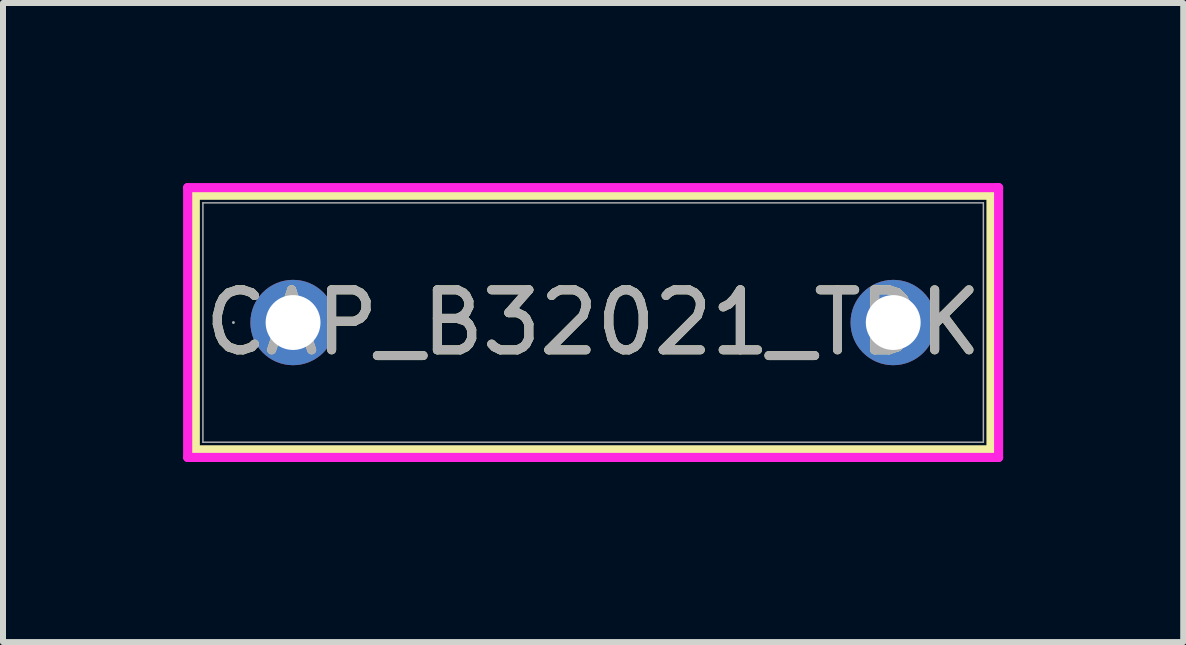
<source format=kicad_pcb>
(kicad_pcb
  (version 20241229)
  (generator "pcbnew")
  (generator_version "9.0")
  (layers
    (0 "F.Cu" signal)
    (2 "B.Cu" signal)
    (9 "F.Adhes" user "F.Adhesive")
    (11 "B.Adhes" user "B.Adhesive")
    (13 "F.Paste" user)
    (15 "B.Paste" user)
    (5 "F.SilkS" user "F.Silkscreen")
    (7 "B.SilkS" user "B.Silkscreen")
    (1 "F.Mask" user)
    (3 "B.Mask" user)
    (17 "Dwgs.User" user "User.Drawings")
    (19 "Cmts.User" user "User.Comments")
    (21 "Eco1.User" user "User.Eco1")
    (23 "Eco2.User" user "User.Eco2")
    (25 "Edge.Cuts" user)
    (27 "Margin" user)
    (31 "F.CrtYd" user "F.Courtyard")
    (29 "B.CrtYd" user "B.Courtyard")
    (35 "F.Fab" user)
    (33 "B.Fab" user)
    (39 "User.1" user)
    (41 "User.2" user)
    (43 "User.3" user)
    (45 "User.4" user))
  (footprint "CAP_B32021_TDK"
    (layer "F.Cu")
    (at 1.833 2.324)
    (property "Reference" "CAP_B32021_TDK" (at 5 0 0) (unlocked yes) (layer "F.SilkS") (effects (font (size 1 1) (thickness 0.15))))
    (attr through_hole)
    (fp_line (start -1.629 -2.121) (end -1.629 2.121) (stroke (width 0.152) (type solid)) (layer "F.SilkS"))
    (fp_line (start 11.629 -2.121) (end -1.629 -2.121) (stroke (width 0.152) (type solid)) (layer "F.SilkS"))
    (fp_line (start 11.629 -2.121) (end 11.629 2.121) (stroke (width 0.152) (type solid)) (layer "F.SilkS"))
    (fp_line (start 11.629 2.121) (end -1.629 2.121) (stroke (width 0.152) (type solid)) (layer "F.SilkS"))
    (fp_line (start -1.756 -2.248) (end 11.756 -2.248) (stroke (width 0.152) (type solid)) (layer "F.CrtYd"))
    (fp_line (start -1.756 2.248) (end -1.756 -2.248) (stroke (width 0.152) (type solid)) (layer "F.CrtYd"))
    (fp_line (start 11.756 -2.248) (end 11.756 2.248) (stroke (width 0.152) (type solid)) (layer "F.CrtYd"))
    (fp_line (start 11.756 2.248) (end -1.756 2.248) (stroke (width 0.152) (type solid)) (layer "F.CrtYd"))
    (fp_line (start -1.502 -1.994) (end -1.502 1.994) (stroke (width 0.025) (type solid)) (layer "F.Fab"))
    (fp_line (start 11.502 -1.994) (end -1.502 -1.994) (stroke (width 0.025) (type solid)) (layer "F.Fab"))
    (fp_line (start 11.502 -1.994) (end 11.502 1.994) (stroke (width 0.025) (type solid)) (layer "F.Fab"))
    (fp_line (start 11.502 1.994) (end -1.502 1.994) (stroke (width 0.025) (type solid)) (layer "F.Fab"))
    (fp_circle (center -0.994 0) (end -0.994 0) (stroke (width 0.025) (type solid)) (fill no) (layer "F.Fab"))
    (fp_text user "${REFERENCE}" (at 5 0 0) (unlocked yes) (layer "F.Fab") (effects (font (size 1 1) (thickness 0.15))))
    (pad "1" thru_hole circle (at 0 0) (size 1.422 1.422) (drill 0.914) (layers "*.Cu" "*.Mask"))
    (pad "2" thru_hole circle (at 10 0) (size 1.422 1.422) (drill 0.914) (layers "*.Cu" "*.Mask")))
  (gr_rect
    (start -3 -3)
    (end 16.665 7.648)
    (stroke (width 0.1) (type default))
    (fill no)
    (layer "Edge.Cuts")))
</source>
